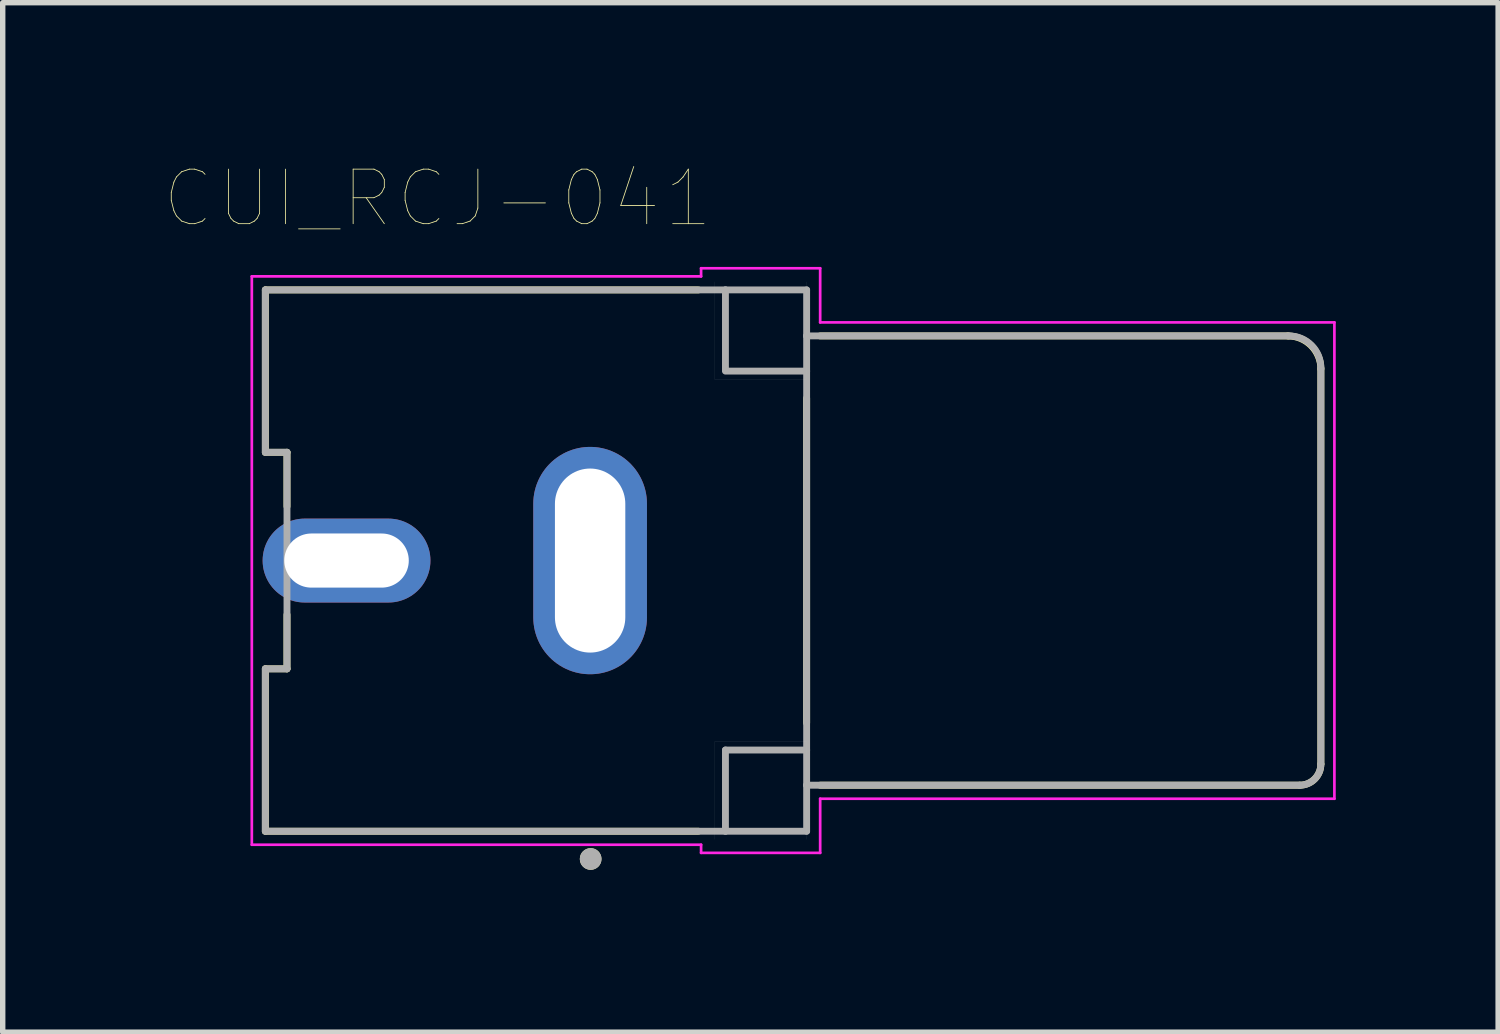
<source format=kicad_pcb>
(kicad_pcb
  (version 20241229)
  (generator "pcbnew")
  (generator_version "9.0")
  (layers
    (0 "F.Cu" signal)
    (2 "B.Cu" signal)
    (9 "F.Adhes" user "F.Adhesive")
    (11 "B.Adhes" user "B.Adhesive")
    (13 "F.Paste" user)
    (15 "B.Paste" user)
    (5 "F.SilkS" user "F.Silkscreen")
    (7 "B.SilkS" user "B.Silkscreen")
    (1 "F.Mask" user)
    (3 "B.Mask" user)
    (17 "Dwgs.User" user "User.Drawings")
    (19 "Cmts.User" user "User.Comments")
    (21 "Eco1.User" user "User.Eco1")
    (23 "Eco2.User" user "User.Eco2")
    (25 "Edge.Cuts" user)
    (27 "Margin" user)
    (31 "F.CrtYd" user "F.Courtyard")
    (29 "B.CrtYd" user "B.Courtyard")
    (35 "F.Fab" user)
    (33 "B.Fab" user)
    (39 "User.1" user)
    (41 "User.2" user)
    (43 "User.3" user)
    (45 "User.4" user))
  (footprint "CUI_RCJ-041"
    (layer "F.Cu")
    (at 11.852 7.306)
    (property "Reference" "CUI_RCJ-041" (at -6.818 -6.689 0) (layer "F.SilkS") (effects (font (size 1.008 1.008) (thickness 0.015))))
    (attr through_hole)
    (fp_line (start -10 -5) (end -2 -5) (stroke (width 0.127) (type solid)) (layer "F.SilkS"))
    (fp_line (start -10 -2) (end -10 -5) (stroke (width 0.127) (type solid)) (layer "F.SilkS"))
    (fp_line (start -10 2) (end -9.6 2) (stroke (width 0.127) (type solid)) (layer "F.SilkS"))
    (fp_line (start -10 5) (end -10 2) (stroke (width 0.127) (type solid)) (layer "F.SilkS"))
    (fp_line (start -10 5) (end -2 5) (stroke (width 0.127) (type solid)) (layer "F.SilkS"))
    (fp_line (start -9.6 -2) (end -10 -2) (stroke (width 0.127) (type solid)) (layer "F.SilkS"))
    (fp_line (start -9.6 -1) (end -9.6 -2) (stroke (width 0.127) (type solid)) (layer "F.SilkS"))
    (fp_line (start -9.6 2) (end -9.6 1) (stroke (width 0.127) (type solid)) (layer "F.SilkS"))
    (fp_line (start 0 3) (end 0 -3) (stroke (width 0.127) (type solid)) (layer "F.SilkS"))
    (fp_line (start 0.25 -4.15) (end 8.89 -4.15) (stroke (width 0.127) (type solid)) (layer "F.SilkS"))
    (fp_line (start 9.11 4.15) (end 0.25 4.15) (stroke (width 0.127) (type solid)) (layer "F.SilkS"))
    (fp_line (start 9.5 -3.54) (end 9.5 3.76) (stroke (width 0.127) (type solid)) (layer "F.SilkS"))
    (fp_arc (start 8.89 -4.15) (mid 9.321335 -3.971335) (end 9.5 -3.54) (stroke (width 0.127) (type solid)) (layer "F.SilkS"))
    (fp_arc (start 9.5 3.76) (mid 9.385772 4.035772) (end 9.11 4.15) (stroke (width 0.127) (type solid)) (layer "F.SilkS"))
    (fp_circle (center -3.99 5.513) (end -3.89 5.513) (stroke (width 0.2) (type solid)) (fill no) (layer "F.SilkS"))
    (fp_line (start -1.7 -5.15) (end -1.7 -3.35) (stroke (width 0.001) (type solid)) (layer "Edge.Cuts"))
    (fp_line (start -1.7 -3.35) (end 0 -3.35) (stroke (width 0.001) (type solid)) (layer "Edge.Cuts"))
    (fp_line (start -1.7 3.35) (end -1.7 5.15) (stroke (width 0.001) (type solid)) (layer "Edge.Cuts"))
    (fp_line (start -1.7 5.15) (end 0 5.15) (stroke (width 0.001) (type solid)) (layer "Edge.Cuts"))
    (fp_line (start 0 -5.15) (end -1.7 -5.15) (stroke (width 0.001) (type solid)) (layer "Edge.Cuts"))
    (fp_line (start 0 -3.35) (end 0 -5.15) (stroke (width 0.001) (type solid)) (layer "Edge.Cuts"))
    (fp_line (start 0 3.35) (end -1.7 3.35) (stroke (width 0.001) (type solid)) (layer "Edge.Cuts"))
    (fp_line (start 0 5.15) (end 0 3.35) (stroke (width 0.001) (type solid)) (layer "Edge.Cuts"))
    (fp_line (start -10.25 -5.25) (end -10.25 5.25) (stroke (width 0.05) (type solid)) (layer "F.CrtYd"))
    (fp_line (start -10.25 5.25) (end -1.95 5.25) (stroke (width 0.05) (type solid)) (layer "F.CrtYd"))
    (fp_line (start -1.95 -5.4) (end -1.95 -5.25) (stroke (width 0.05) (type solid)) (layer "F.CrtYd"))
    (fp_line (start -1.95 -5.25) (end -10.25 -5.25) (stroke (width 0.05) (type solid)) (layer "F.CrtYd"))
    (fp_line (start -1.95 5.25) (end -1.95 5.4) (stroke (width 0.05) (type solid)) (layer "F.CrtYd"))
    (fp_line (start -1.95 5.4) (end 0.25 5.4) (stroke (width 0.05) (type solid)) (layer "F.CrtYd"))
    (fp_line (start 0.25 -5.4) (end -1.95 -5.4) (stroke (width 0.05) (type solid)) (layer "F.CrtYd"))
    (fp_line (start 0.25 -4.4) (end 0.25 -5.4) (stroke (width 0.05) (type solid)) (layer "F.CrtYd"))
    (fp_line (start 0.25 4.4) (end 9.75 4.4) (stroke (width 0.05) (type solid)) (layer "F.CrtYd"))
    (fp_line (start 0.25 5.4) (end 0.25 4.4) (stroke (width 0.05) (type solid)) (layer "F.CrtYd"))
    (fp_line (start 9.75 -4.4) (end 0.25 -4.4) (stroke (width 0.05) (type solid)) (layer "F.CrtYd"))
    (fp_line (start 9.75 4.4) (end 9.75 -4.4) (stroke (width 0.05) (type solid)) (layer "F.CrtYd"))
    (fp_line (start -10 -5) (end -1.5 -5) (stroke (width 0.127) (type solid)) (layer "F.Fab"))
    (fp_line (start -10 -2) (end -10 -5) (stroke (width 0.127) (type solid)) (layer "F.Fab"))
    (fp_line (start -10 2) (end -9.6 2) (stroke (width 0.127) (type solid)) (layer "F.Fab"))
    (fp_line (start -10 5) (end -10 2) (stroke (width 0.127) (type solid)) (layer "F.Fab"))
    (fp_line (start -9.6 -2) (end -10 -2) (stroke (width 0.127) (type solid)) (layer "F.Fab"))
    (fp_line (start -9.6 2) (end -9.6 -2) (stroke (width 0.127) (type solid)) (layer "F.Fab"))
    (fp_line (start -1.5 -5) (end -1.5 -3.525) (stroke (width 0.127) (type solid)) (layer "F.Fab"))
    (fp_line (start -1.5 -5) (end 0 -5) (stroke (width 0.127) (type solid)) (layer "F.Fab"))
    (fp_line (start -1.5 -3.5) (end 0 -3.5) (stroke (width 0.127) (type solid)) (layer "F.Fab"))
    (fp_line (start -1.5 3.5) (end 0 3.5) (stroke (width 0.127) (type solid)) (layer "F.Fab"))
    (fp_line (start -1.5 5) (end -10 5) (stroke (width 0.127) (type solid)) (layer "F.Fab"))
    (fp_line (start -1.5 5) (end -1.5 3.5) (stroke (width 0.127) (type solid)) (layer "F.Fab"))
    (fp_line (start 0 -5) (end 0 -4.15) (stroke (width 0.127) (type solid)) (layer "F.Fab"))
    (fp_line (start 0 -4.15) (end 0 -3.5) (stroke (width 0.127) (type solid)) (layer "F.Fab"))
    (fp_line (start 0 -4.15) (end 8.91 -4.15) (stroke (width 0.127) (type solid)) (layer "F.Fab"))
    (fp_line (start 0 -3.5) (end 0 3.5) (stroke (width 0.127) (type solid)) (layer "F.Fab"))
    (fp_line (start 0 3.5) (end 0 4.15) (stroke (width 0.127) (type solid)) (layer "F.Fab"))
    (fp_line (start 0 4.15) (end 0 5) (stroke (width 0.127) (type solid)) (layer "F.Fab"))
    (fp_line (start 0 5) (end -1.5 5) (stroke (width 0.127) (type solid)) (layer "F.Fab"))
    (fp_line (start 9.11 4.15) (end 0 4.15) (stroke (width 0.127) (type solid)) (layer "F.Fab"))
    (fp_line (start 9.5 -3.56) (end 9.5 3.76) (stroke (width 0.127) (type solid)) (layer "F.Fab"))
    (fp_arc (start 8.91 -4.15) (mid 9.327193 -3.977193) (end 9.5 -3.56) (stroke (width 0.127) (type solid)) (layer "F.Fab"))
    (fp_arc (start 9.5 3.76) (mid 9.385772 4.035772) (end 9.11 4.15) (stroke (width 0.127) (type solid)) (layer "F.Fab"))
    (fp_circle (center -3.99 5.513) (end -3.89 5.513) (stroke (width 0.2) (type solid)) (fill no) (layer "F.Fab"))
    (pad "1" thru_hole oval (at -4 0) (size 2.1 4.2) (drill oval 1.3 3.4) (layers "*.Cu" "*.Mask"))
    (pad "2" thru_hole oval (at -8.5 0) (size 3.1 1.55) (drill oval 2.3 1) (layers "*.Cu" "*.Mask")))
  (gr_rect
    (start -3 -3)
    (end 24.627 16.019)
    (stroke (width 0.1) (type default))
    (fill no)
    (layer "Edge.Cuts")))
</source>
